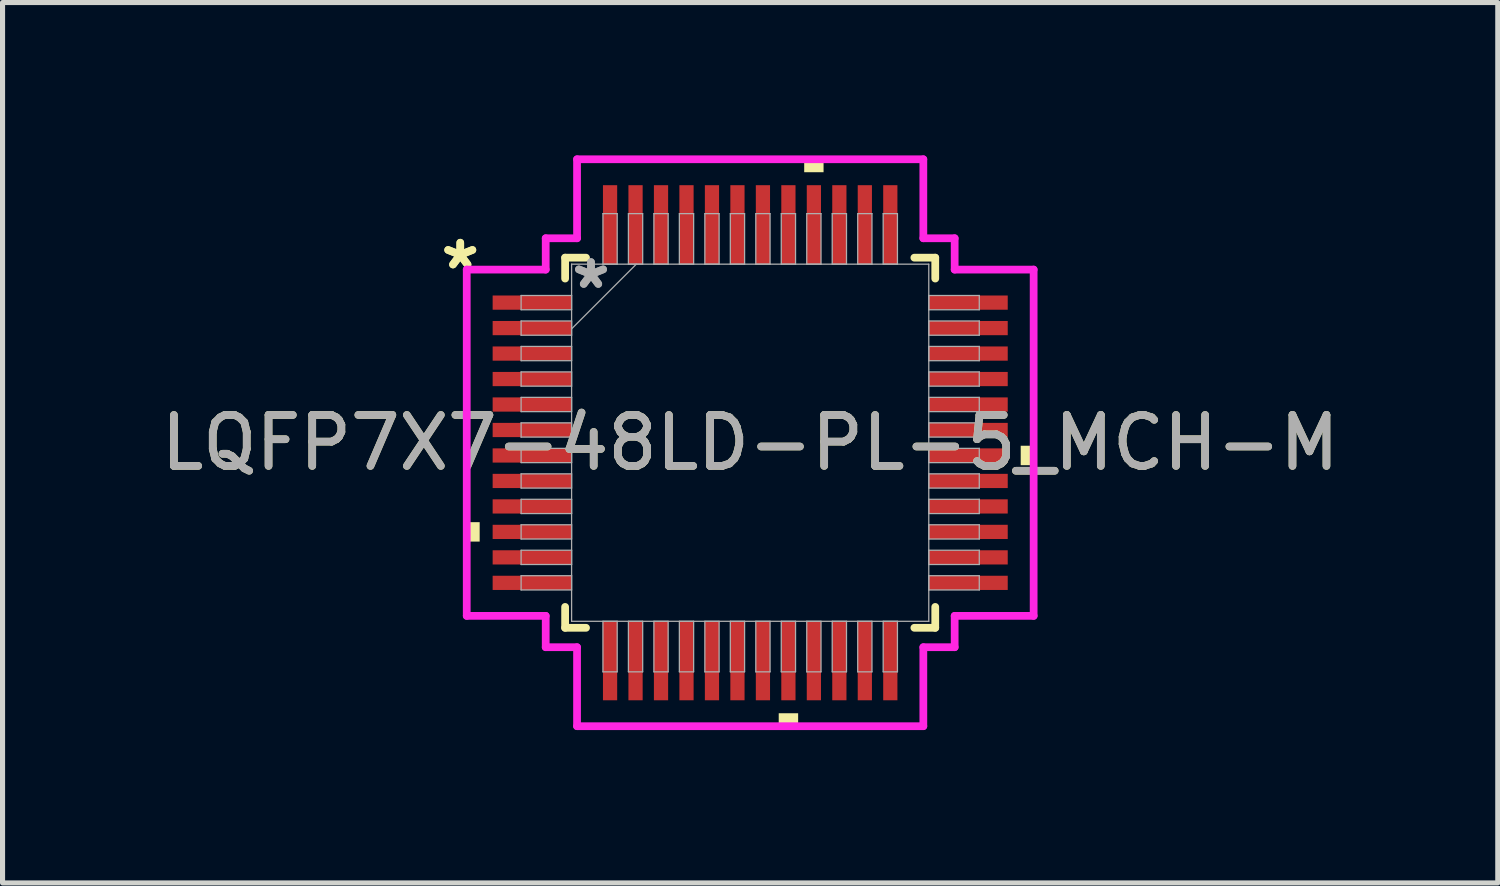
<source format=kicad_pcb>
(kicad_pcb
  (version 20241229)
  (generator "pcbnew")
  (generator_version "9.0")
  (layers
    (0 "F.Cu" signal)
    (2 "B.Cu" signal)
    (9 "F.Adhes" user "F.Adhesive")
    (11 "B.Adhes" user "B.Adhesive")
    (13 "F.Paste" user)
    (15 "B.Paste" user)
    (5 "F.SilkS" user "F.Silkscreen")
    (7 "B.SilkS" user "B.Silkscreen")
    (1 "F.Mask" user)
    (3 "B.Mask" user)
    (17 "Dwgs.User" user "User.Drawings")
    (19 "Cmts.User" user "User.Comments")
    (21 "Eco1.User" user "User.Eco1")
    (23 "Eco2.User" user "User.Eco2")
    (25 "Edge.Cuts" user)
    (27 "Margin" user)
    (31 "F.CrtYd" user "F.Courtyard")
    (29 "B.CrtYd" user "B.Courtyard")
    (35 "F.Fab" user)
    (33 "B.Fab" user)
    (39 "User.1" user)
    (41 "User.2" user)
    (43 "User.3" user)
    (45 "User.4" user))
  (footprint "LQFP7X7-48LD-PL-5_MCH-M"
    (layer "F.Cu")
    (at 11.673 5.639)
    (property "Reference" "LQFP7X7-48LD-PL-5_MCH-M" (at 0 0 0) (unlocked yes) (layer "F.SilkS") (effects (font (size 1 1) (thickness 0.15))))
    (attr smd)
    (fp_line (start -3.632 -3.632) (end -3.632 -3.222) (stroke (width 0.152) (type solid)) (layer "F.SilkS"))
    (fp_line (start -3.632 3.222) (end -3.632 3.632) (stroke (width 0.152) (type solid)) (layer "F.SilkS"))
    (fp_line (start -3.632 3.632) (end -3.222 3.632) (stroke (width 0.152) (type solid)) (layer "F.SilkS"))
    (fp_line (start -3.222 -3.632) (end -3.632 -3.632) (stroke (width 0.152) (type solid)) (layer "F.SilkS"))
    (fp_line (start 3.222 3.632) (end 3.632 3.632) (stroke (width 0.152) (type solid)) (layer "F.SilkS"))
    (fp_line (start 3.632 -3.632) (end 3.222 -3.632) (stroke (width 0.152) (type solid)) (layer "F.SilkS"))
    (fp_line (start 3.632 -3.222) (end 3.632 -3.632) (stroke (width 0.152) (type solid)) (layer "F.SilkS"))
    (fp_line (start 3.632 3.632) (end 3.632 3.222) (stroke (width 0.152) (type solid)) (layer "F.SilkS"))
    (fp_poly (pts (xy -5.563 1.559) (xy -5.563 1.94) (xy -5.309 1.94) (xy -5.309 1.559)) (stroke (width 0) (type solid)) (fill yes) (layer "F.SilkS"))
    (fp_poly (pts (xy 0.56 5.309) (xy 0.56 5.563) (xy 0.941 5.563) (xy 0.941 5.309)) (stroke (width 0) (type solid)) (fill yes) (layer "F.SilkS"))
    (fp_poly (pts (xy 1.06 -5.309) (xy 1.06 -5.563) (xy 1.44 -5.563) (xy 1.44 -5.309)) (stroke (width 0) (type solid)) (fill yes) (layer "F.SilkS"))
    (fp_poly (pts (xy 5.563 0.059) (xy 5.563 0.441) (xy 5.309 0.441) (xy 5.309 0.059)) (stroke (width 0) (type solid)) (fill yes) (layer "F.SilkS"))
    (fp_line (start -5.563 -3.398) (end -4.013 -3.398) (stroke (width 0.152) (type solid)) (layer "F.CrtYd"))
    (fp_line (start -5.563 3.398) (end -5.563 -3.398) (stroke (width 0.152) (type solid)) (layer "F.CrtYd"))
    (fp_line (start -4.013 -4.013) (end -3.398 -4.013) (stroke (width 0.152) (type solid)) (layer "F.CrtYd"))
    (fp_line (start -4.013 -3.398) (end -4.013 -4.013) (stroke (width 0.152) (type solid)) (layer "F.CrtYd"))
    (fp_line (start -4.013 3.398) (end -5.563 3.398) (stroke (width 0.152) (type solid)) (layer "F.CrtYd"))
    (fp_line (start -4.013 4.013) (end -4.013 3.398) (stroke (width 0.152) (type solid)) (layer "F.CrtYd"))
    (fp_line (start -4.013 4.013) (end -3.398 4.013) (stroke (width 0.152) (type solid)) (layer "F.CrtYd"))
    (fp_line (start -3.398 -5.563) (end 3.398 -5.563) (stroke (width 0.152) (type solid)) (layer "F.CrtYd"))
    (fp_line (start -3.398 -4.013) (end -3.398 -5.563) (stroke (width 0.152) (type solid)) (layer "F.CrtYd"))
    (fp_line (start -3.398 4.013) (end -3.398 5.563) (stroke (width 0.152) (type solid)) (layer "F.CrtYd"))
    (fp_line (start -3.398 5.563) (end 3.398 5.563) (stroke (width 0.152) (type solid)) (layer "F.CrtYd"))
    (fp_line (start 3.398 -5.563) (end 3.398 -4.013) (stroke (width 0.152) (type solid)) (layer "F.CrtYd"))
    (fp_line (start 3.398 -4.013) (end 4.013 -4.013) (stroke (width 0.152) (type solid)) (layer "F.CrtYd"))
    (fp_line (start 3.398 4.013) (end 4.013 4.013) (stroke (width 0.152) (type solid)) (layer "F.CrtYd"))
    (fp_line (start 3.398 5.563) (end 3.398 4.013) (stroke (width 0.152) (type solid)) (layer "F.CrtYd"))
    (fp_line (start 4.013 -3.398) (end 4.013 -4.013) (stroke (width 0.152) (type solid)) (layer "F.CrtYd"))
    (fp_line (start 4.013 3.398) (end 5.563 3.398) (stroke (width 0.152) (type solid)) (layer "F.CrtYd"))
    (fp_line (start 4.013 4.013) (end 4.013 3.398) (stroke (width 0.152) (type solid)) (layer "F.CrtYd"))
    (fp_line (start 5.563 -3.398) (end 4.013 -3.398) (stroke (width 0.152) (type solid)) (layer "F.CrtYd"))
    (fp_line (start 5.563 3.398) (end 5.563 -3.398) (stroke (width 0.152) (type solid)) (layer "F.CrtYd"))
    (fp_line (start -4.496 -2.89) (end -4.496 -2.61) (stroke (width 0.025) (type solid)) (layer "F.Fab"))
    (fp_line (start -4.496 -2.61) (end -3.505 -2.61) (stroke (width 0.025) (type solid)) (layer "F.Fab"))
    (fp_line (start -4.496 -2.39) (end -4.496 -2.11) (stroke (width 0.025) (type solid)) (layer "F.Fab"))
    (fp_line (start -4.496 -2.11) (end -3.505 -2.11) (stroke (width 0.025) (type solid)) (layer "F.Fab"))
    (fp_line (start -4.496 -1.89) (end -4.496 -1.61) (stroke (width 0.025) (type solid)) (layer "F.Fab"))
    (fp_line (start -4.496 -1.61) (end -3.505 -1.61) (stroke (width 0.025) (type solid)) (layer "F.Fab"))
    (fp_line (start -4.496 -1.39) (end -4.496 -1.11) (stroke (width 0.025) (type solid)) (layer "F.Fab"))
    (fp_line (start -4.496 -1.11) (end -3.505 -1.11) (stroke (width 0.025) (type solid)) (layer "F.Fab"))
    (fp_line (start -4.496 -0.89) (end -4.496 -0.61) (stroke (width 0.025) (type solid)) (layer "F.Fab"))
    (fp_line (start -4.496 -0.61) (end -3.505 -0.61) (stroke (width 0.025) (type solid)) (layer "F.Fab"))
    (fp_line (start -4.496 -0.39) (end -4.496 -0.11) (stroke (width 0.025) (type solid)) (layer "F.Fab"))
    (fp_line (start -4.496 -0.11) (end -3.505 -0.11) (stroke (width 0.025) (type solid)) (layer "F.Fab"))
    (fp_line (start -4.496 0.11) (end -4.496 0.39) (stroke (width 0.025) (type solid)) (layer "F.Fab"))
    (fp_line (start -4.496 0.39) (end -3.505 0.39) (stroke (width 0.025) (type solid)) (layer "F.Fab"))
    (fp_line (start -4.496 0.61) (end -4.496 0.89) (stroke (width 0.025) (type solid)) (layer "F.Fab"))
    (fp_line (start -4.496 0.89) (end -3.505 0.89) (stroke (width 0.025) (type solid)) (layer "F.Fab"))
    (fp_line (start -4.496 1.11) (end -4.496 1.39) (stroke (width 0.025) (type solid)) (layer "F.Fab"))
    (fp_line (start -4.496 1.39) (end -3.505 1.39) (stroke (width 0.025) (type solid)) (layer "F.Fab"))
    (fp_line (start -4.496 1.61) (end -4.496 1.89) (stroke (width 0.025) (type solid)) (layer "F.Fab"))
    (fp_line (start -4.496 1.89) (end -3.505 1.89) (stroke (width 0.025) (type solid)) (layer "F.Fab"))
    (fp_line (start -4.496 2.11) (end -4.496 2.39) (stroke (width 0.025) (type solid)) (layer "F.Fab"))
    (fp_line (start -4.496 2.39) (end -3.505 2.39) (stroke (width 0.025) (type solid)) (layer "F.Fab"))
    (fp_line (start -4.496 2.61) (end -4.496 2.89) (stroke (width 0.025) (type solid)) (layer "F.Fab"))
    (fp_line (start -4.496 2.89) (end -3.505 2.89) (stroke (width 0.025) (type solid)) (layer "F.Fab"))
    (fp_line (start -3.505 -3.505) (end -3.505 3.505) (stroke (width 0.025) (type solid)) (layer "F.Fab"))
    (fp_line (start -3.505 -2.89) (end -4.496 -2.89) (stroke (width 0.025) (type solid)) (layer "F.Fab"))
    (fp_line (start -3.505 -2.61) (end -3.505 -2.89) (stroke (width 0.025) (type solid)) (layer "F.Fab"))
    (fp_line (start -3.505 -2.39) (end -4.496 -2.39) (stroke (width 0.025) (type solid)) (layer "F.Fab"))
    (fp_line (start -3.505 -2.235) (end -2.235 -3.505) (stroke (width 0.025) (type solid)) (layer "F.Fab"))
    (fp_line (start -3.505 -2.11) (end -3.505 -2.39) (stroke (width 0.025) (type solid)) (layer "F.Fab"))
    (fp_line (start -3.505 -1.89) (end -4.496 -1.89) (stroke (width 0.025) (type solid)) (layer "F.Fab"))
    (fp_line (start -3.505 -1.61) (end -3.505 -1.89) (stroke (width 0.025) (type solid)) (layer "F.Fab"))
    (fp_line (start -3.505 -1.39) (end -4.496 -1.39) (stroke (width 0.025) (type solid)) (layer "F.Fab"))
    (fp_line (start -3.505 -1.11) (end -3.505 -1.39) (stroke (width 0.025) (type solid)) (layer "F.Fab"))
    (fp_line (start -3.505 -0.89) (end -4.496 -0.89) (stroke (width 0.025) (type solid)) (layer "F.Fab"))
    (fp_line (start -3.505 -0.61) (end -3.505 -0.89) (stroke (width 0.025) (type solid)) (layer "F.Fab"))
    (fp_line (start -3.505 -0.39) (end -4.496 -0.39) (stroke (width 0.025) (type solid)) (layer "F.Fab"))
    (fp_line (start -3.505 -0.11) (end -3.505 -0.39) (stroke (width 0.025) (type solid)) (layer "F.Fab"))
    (fp_line (start -3.505 0.11) (end -4.496 0.11) (stroke (width 0.025) (type solid)) (layer "F.Fab"))
    (fp_line (start -3.505 0.39) (end -3.505 0.11) (stroke (width 0.025) (type solid)) (layer "F.Fab"))
    (fp_line (start -3.505 0.61) (end -4.496 0.61) (stroke (width 0.025) (type solid)) (layer "F.Fab"))
    (fp_line (start -3.505 0.89) (end -3.505 0.61) (stroke (width 0.025) (type solid)) (layer "F.Fab"))
    (fp_line (start -3.505 1.11) (end -4.496 1.11) (stroke (width 0.025) (type solid)) (layer "F.Fab"))
    (fp_line (start -3.505 1.39) (end -3.505 1.11) (stroke (width 0.025) (type solid)) (layer "F.Fab"))
    (fp_line (start -3.505 1.61) (end -4.496 1.61) (stroke (width 0.025) (type solid)) (layer "F.Fab"))
    (fp_line (start -3.505 1.89) (end -3.505 1.61) (stroke (width 0.025) (type solid)) (layer "F.Fab"))
    (fp_line (start -3.505 2.11) (end -4.496 2.11) (stroke (width 0.025) (type solid)) (layer "F.Fab"))
    (fp_line (start -3.505 2.39) (end -3.505 2.11) (stroke (width 0.025) (type solid)) (layer "F.Fab"))
    (fp_line (start -3.505 2.61) (end -4.496 2.61) (stroke (width 0.025) (type solid)) (layer "F.Fab"))
    (fp_line (start -3.505 2.89) (end -3.505 2.61) (stroke (width 0.025) (type solid)) (layer "F.Fab"))
    (fp_line (start -3.505 3.505) (end 3.505 3.505) (stroke (width 0.025) (type solid)) (layer "F.Fab"))
    (fp_line (start -2.89 -4.496) (end -2.89 -3.505) (stroke (width 0.025) (type solid)) (layer "F.Fab"))
    (fp_line (start -2.89 -3.505) (end -2.61 -3.505) (stroke (width 0.025) (type solid)) (layer "F.Fab"))
    (fp_line (start -2.89 3.505) (end -2.89 4.496) (stroke (width 0.025) (type solid)) (layer "F.Fab"))
    (fp_line (start -2.89 4.496) (end -2.61 4.496) (stroke (width 0.025) (type solid)) (layer "F.Fab"))
    (fp_line (start -2.61 -4.496) (end -2.89 -4.496) (stroke (width 0.025) (type solid)) (layer "F.Fab"))
    (fp_line (start -2.61 -3.505) (end -2.61 -4.496) (stroke (width 0.025) (type solid)) (layer "F.Fab"))
    (fp_line (start -2.61 3.505) (end -2.89 3.505) (stroke (width 0.025) (type solid)) (layer "F.Fab"))
    (fp_line (start -2.61 4.496) (end -2.61 3.505) (stroke (width 0.025) (type solid)) (layer "F.Fab"))
    (fp_line (start -2.39 -4.496) (end -2.39 -3.505) (stroke (width 0.025) (type solid)) (layer "F.Fab"))
    (fp_line (start -2.39 -3.505) (end -2.11 -3.505) (stroke (width 0.025) (type solid)) (layer "F.Fab"))
    (fp_line (start -2.39 3.505) (end -2.39 4.496) (stroke (width 0.025) (type solid)) (layer "F.Fab"))
    (fp_line (start -2.39 4.496) (end -2.11 4.496) (stroke (width 0.025) (type solid)) (layer "F.Fab"))
    (fp_line (start -2.11 -4.496) (end -2.39 -4.496) (stroke (width 0.025) (type solid)) (layer "F.Fab"))
    (fp_line (start -2.11 -3.505) (end -2.11 -4.496) (stroke (width 0.025) (type solid)) (layer "F.Fab"))
    (fp_line (start -2.11 3.505) (end -2.39 3.505) (stroke (width 0.025) (type solid)) (layer "F.Fab"))
    (fp_line (start -2.11 4.496) (end -2.11 3.505) (stroke (width 0.025) (type solid)) (layer "F.Fab"))
    (fp_line (start -1.89 -4.496) (end -1.89 -3.505) (stroke (width 0.025) (type solid)) (layer "F.Fab"))
    (fp_line (start -1.89 -3.505) (end -1.61 -3.505) (stroke (width 0.025) (type solid)) (layer "F.Fab"))
    (fp_line (start -1.89 3.505) (end -1.89 4.496) (stroke (width 0.025) (type solid)) (layer "F.Fab"))
    (fp_line (start -1.89 4.496) (end -1.61 4.496) (stroke (width 0.025) (type solid)) (layer "F.Fab"))
    (fp_line (start -1.61 -4.496) (end -1.89 -4.496) (stroke (width 0.025) (type solid)) (layer "F.Fab"))
    (fp_line (start -1.61 -3.505) (end -1.61 -4.496) (stroke (width 0.025) (type solid)) (layer "F.Fab"))
    (fp_line (start -1.61 3.505) (end -1.89 3.505) (stroke (width 0.025) (type solid)) (layer "F.Fab"))
    (fp_line (start -1.61 4.496) (end -1.61 3.505) (stroke (width 0.025) (type solid)) (layer "F.Fab"))
    (fp_line (start -1.39 -4.496) (end -1.39 -3.505) (stroke (width 0.025) (type solid)) (layer "F.Fab"))
    (fp_line (start -1.39 -3.505) (end -1.11 -3.505) (stroke (width 0.025) (type solid)) (layer "F.Fab"))
    (fp_line (start -1.39 3.505) (end -1.39 4.496) (stroke (width 0.025) (type solid)) (layer "F.Fab"))
    (fp_line (start -1.39 4.496) (end -1.11 4.496) (stroke (width 0.025) (type solid)) (layer "F.Fab"))
    (fp_line (start -1.11 -4.496) (end -1.39 -4.496) (stroke (width 0.025) (type solid)) (layer "F.Fab"))
    (fp_line (start -1.11 -3.505) (end -1.11 -4.496) (stroke (width 0.025) (type solid)) (layer "F.Fab"))
    (fp_line (start -1.11 3.505) (end -1.39 3.505) (stroke (width 0.025) (type solid)) (layer "F.Fab"))
    (fp_line (start -1.11 4.496) (end -1.11 3.505) (stroke (width 0.025) (type solid)) (layer "F.Fab"))
    (fp_line (start -0.89 -4.496) (end -0.89 -3.505) (stroke (width 0.025) (type solid)) (layer "F.Fab"))
    (fp_line (start -0.89 -3.505) (end -0.61 -3.505) (stroke (width 0.025) (type solid)) (layer "F.Fab"))
    (fp_line (start -0.89 3.505) (end -0.89 4.496) (stroke (width 0.025) (type solid)) (layer "F.Fab"))
    (fp_line (start -0.89 4.496) (end -0.61 4.496) (stroke (width 0.025) (type solid)) (layer "F.Fab"))
    (fp_line (start -0.61 -4.496) (end -0.89 -4.496) (stroke (width 0.025) (type solid)) (layer "F.Fab"))
    (fp_line (start -0.61 -3.505) (end -0.61 -4.496) (stroke (width 0.025) (type solid)) (layer "F.Fab"))
    (fp_line (start -0.61 3.505) (end -0.89 3.505) (stroke (width 0.025) (type solid)) (layer "F.Fab"))
    (fp_line (start -0.61 4.496) (end -0.61 3.505) (stroke (width 0.025) (type solid)) (layer "F.Fab"))
    (fp_line (start -0.39 -4.496) (end -0.39 -3.505) (stroke (width 0.025) (type solid)) (layer "F.Fab"))
    (fp_line (start -0.39 -3.505) (end -0.11 -3.505) (stroke (width 0.025) (type solid)) (layer "F.Fab"))
    (fp_line (start -0.39 3.505) (end -0.39 4.496) (stroke (width 0.025) (type solid)) (layer "F.Fab"))
    (fp_line (start -0.39 4.496) (end -0.11 4.496) (stroke (width 0.025) (type solid)) (layer "F.Fab"))
    (fp_line (start -0.11 -4.496) (end -0.39 -4.496) (stroke (width 0.025) (type solid)) (layer "F.Fab"))
    (fp_line (start -0.11 -3.505) (end -0.11 -4.496) (stroke (width 0.025) (type solid)) (layer "F.Fab"))
    (fp_line (start -0.11 3.505) (end -0.39 3.505) (stroke (width 0.025) (type solid)) (layer "F.Fab"))
    (fp_line (start -0.11 4.496) (end -0.11 3.505) (stroke (width 0.025) (type solid)) (layer "F.Fab"))
    (fp_line (start 0.11 -4.496) (end 0.11 -3.505) (stroke (width 0.025) (type solid)) (layer "F.Fab"))
    (fp_line (start 0.11 -3.505) (end 0.39 -3.505) (stroke (width 0.025) (type solid)) (layer "F.Fab"))
    (fp_line (start 0.11 3.505) (end 0.11 4.496) (stroke (width 0.025) (type solid)) (layer "F.Fab"))
    (fp_line (start 0.11 4.496) (end 0.39 4.496) (stroke (width 0.025) (type solid)) (layer "F.Fab"))
    (fp_line (start 0.39 -4.496) (end 0.11 -4.496) (stroke (width 0.025) (type solid)) (layer "F.Fab"))
    (fp_line (start 0.39 -3.505) (end 0.39 -4.496) (stroke (width 0.025) (type solid)) (layer "F.Fab"))
    (fp_line (start 0.39 3.505) (end 0.11 3.505) (stroke (width 0.025) (type solid)) (layer "F.Fab"))
    (fp_line (start 0.39 4.496) (end 0.39 3.505) (stroke (width 0.025) (type solid)) (layer "F.Fab"))
    (fp_line (start 0.61 -4.496) (end 0.61 -3.505) (stroke (width 0.025) (type solid)) (layer "F.Fab"))
    (fp_line (start 0.61 -3.505) (end 0.89 -3.505) (stroke (width 0.025) (type solid)) (layer "F.Fab"))
    (fp_line (start 0.61 3.505) (end 0.61 4.496) (stroke (width 0.025) (type solid)) (layer "F.Fab"))
    (fp_line (start 0.61 4.496) (end 0.89 4.496) (stroke (width 0.025) (type solid)) (layer "F.Fab"))
    (fp_line (start 0.89 -4.496) (end 0.61 -4.496) (stroke (width 0.025) (type solid)) (layer "F.Fab"))
    (fp_line (start 0.89 -3.505) (end 0.89 -4.496) (stroke (width 0.025) (type solid)) (layer "F.Fab"))
    (fp_line (start 0.89 3.505) (end 0.61 3.505) (stroke (width 0.025) (type solid)) (layer "F.Fab"))
    (fp_line (start 0.89 4.496) (end 0.89 3.505) (stroke (width 0.025) (type solid)) (layer "F.Fab"))
    (fp_line (start 1.11 -4.496) (end 1.11 -3.505) (stroke (width 0.025) (type solid)) (layer "F.Fab"))
    (fp_line (start 1.11 -3.505) (end 1.39 -3.505) (stroke (width 0.025) (type solid)) (layer "F.Fab"))
    (fp_line (start 1.11 3.505) (end 1.11 4.496) (stroke (width 0.025) (type solid)) (layer "F.Fab"))
    (fp_line (start 1.11 4.496) (end 1.39 4.496) (stroke (width 0.025) (type solid)) (layer "F.Fab"))
    (fp_line (start 1.39 -4.496) (end 1.11 -4.496) (stroke (width 0.025) (type solid)) (layer "F.Fab"))
    (fp_line (start 1.39 -3.505) (end 1.39 -4.496) (stroke (width 0.025) (type solid)) (layer "F.Fab"))
    (fp_line (start 1.39 3.505) (end 1.11 3.505) (stroke (width 0.025) (type solid)) (layer "F.Fab"))
    (fp_line (start 1.39 4.496) (end 1.39 3.505) (stroke (width 0.025) (type solid)) (layer "F.Fab"))
    (fp_line (start 1.61 -4.496) (end 1.61 -3.505) (stroke (width 0.025) (type solid)) (layer "F.Fab"))
    (fp_line (start 1.61 -3.505) (end 1.89 -3.505) (stroke (width 0.025) (type solid)) (layer "F.Fab"))
    (fp_line (start 1.61 3.505) (end 1.61 4.496) (stroke (width 0.025) (type solid)) (layer "F.Fab"))
    (fp_line (start 1.61 4.496) (end 1.89 4.496) (stroke (width 0.025) (type solid)) (layer "F.Fab"))
    (fp_line (start 1.89 -4.496) (end 1.61 -4.496) (stroke (width 0.025) (type solid)) (layer "F.Fab"))
    (fp_line (start 1.89 -3.505) (end 1.89 -4.496) (stroke (width 0.025) (type solid)) (layer "F.Fab"))
    (fp_line (start 1.89 3.505) (end 1.61 3.505) (stroke (width 0.025) (type solid)) (layer "F.Fab"))
    (fp_line (start 1.89 4.496) (end 1.89 3.505) (stroke (width 0.025) (type solid)) (layer "F.Fab"))
    (fp_line (start 2.11 -4.496) (end 2.11 -3.505) (stroke (width 0.025) (type solid)) (layer "F.Fab"))
    (fp_line (start 2.11 -3.505) (end 2.39 -3.505) (stroke (width 0.025) (type solid)) (layer "F.Fab"))
    (fp_line (start 2.11 3.505) (end 2.11 4.496) (stroke (width 0.025) (type solid)) (layer "F.Fab"))
    (fp_line (start 2.11 4.496) (end 2.39 4.496) (stroke (width 0.025) (type solid)) (layer "F.Fab"))
    (fp_line (start 2.39 -4.496) (end 2.11 -4.496) (stroke (width 0.025) (type solid)) (layer "F.Fab"))
    (fp_line (start 2.39 -3.505) (end 2.39 -4.496) (stroke (width 0.025) (type solid)) (layer "F.Fab"))
    (fp_line (start 2.39 3.505) (end 2.11 3.505) (stroke (width 0.025) (type solid)) (layer "F.Fab"))
    (fp_line (start 2.39 4.496) (end 2.39 3.505) (stroke (width 0.025) (type solid)) (layer "F.Fab"))
    (fp_line (start 2.61 -4.496) (end 2.61 -3.505) (stroke (width 0.025) (type solid)) (layer "F.Fab"))
    (fp_line (start 2.61 -3.505) (end 2.89 -3.505) (stroke (width 0.025) (type solid)) (layer "F.Fab"))
    (fp_line (start 2.61 3.505) (end 2.61 4.496) (stroke (width 0.025) (type solid)) (layer "F.Fab"))
    (fp_line (start 2.61 4.496) (end 2.89 4.496) (stroke (width 0.025) (type solid)) (layer "F.Fab"))
    (fp_line (start 2.89 -4.496) (end 2.61 -4.496) (stroke (width 0.025) (type solid)) (layer "F.Fab"))
    (fp_line (start 2.89 -3.505) (end 2.89 -4.496) (stroke (width 0.025) (type solid)) (layer "F.Fab"))
    (fp_line (start 2.89 3.505) (end 2.61 3.505) (stroke (width 0.025) (type solid)) (layer "F.Fab"))
    (fp_line (start 2.89 4.496) (end 2.89 3.505) (stroke (width 0.025) (type solid)) (layer "F.Fab"))
    (fp_line (start 3.505 -3.505) (end -3.505 -3.505) (stroke (width 0.025) (type solid)) (layer "F.Fab"))
    (fp_line (start 3.505 -2.89) (end 3.505 -2.61) (stroke (width 0.025) (type solid)) (layer "F.Fab"))
    (fp_line (start 3.505 -2.61) (end 4.496 -2.61) (stroke (width 0.025) (type solid)) (layer "F.Fab"))
    (fp_line (start 3.505 -2.39) (end 3.505 -2.11) (stroke (width 0.025) (type solid)) (layer "F.Fab"))
    (fp_line (start 3.505 -2.11) (end 4.496 -2.11) (stroke (width 0.025) (type solid)) (layer "F.Fab"))
    (fp_line (start 3.505 -1.89) (end 3.505 -1.61) (stroke (width 0.025) (type solid)) (layer "F.Fab"))
    (fp_line (start 3.505 -1.61) (end 4.496 -1.61) (stroke (width 0.025) (type solid)) (layer "F.Fab"))
    (fp_line (start 3.505 -1.39) (end 3.505 -1.11) (stroke (width 0.025) (type solid)) (layer "F.Fab"))
    (fp_line (start 3.505 -1.11) (end 4.496 -1.11) (stroke (width 0.025) (type solid)) (layer "F.Fab"))
    (fp_line (start 3.505 -0.89) (end 3.505 -0.61) (stroke (width 0.025) (type solid)) (layer "F.Fab"))
    (fp_line (start 3.505 -0.61) (end 4.496 -0.61) (stroke (width 0.025) (type solid)) (layer "F.Fab"))
    (fp_line (start 3.505 -0.39) (end 3.505 -0.11) (stroke (width 0.025) (type solid)) (layer "F.Fab"))
    (fp_line (start 3.505 -0.11) (end 4.496 -0.11) (stroke (width 0.025) (type solid)) (layer "F.Fab"))
    (fp_line (start 3.505 0.11) (end 3.505 0.39) (stroke (width 0.025) (type solid)) (layer "F.Fab"))
    (fp_line (start 3.505 0.39) (end 4.496 0.39) (stroke (width 0.025) (type solid)) (layer "F.Fab"))
    (fp_line (start 3.505 0.61) (end 3.505 0.89) (stroke (width 0.025) (type solid)) (layer "F.Fab"))
    (fp_line (start 3.505 0.89) (end 4.496 0.89) (stroke (width 0.025) (type solid)) (layer "F.Fab"))
    (fp_line (start 3.505 1.11) (end 3.505 1.39) (stroke (width 0.025) (type solid)) (layer "F.Fab"))
    (fp_line (start 3.505 1.39) (end 4.496 1.39) (stroke (width 0.025) (type solid)) (layer "F.Fab"))
    (fp_line (start 3.505 1.61) (end 3.505 1.89) (stroke (width 0.025) (type solid)) (layer "F.Fab"))
    (fp_line (start 3.505 1.89) (end 4.496 1.89) (stroke (width 0.025) (type solid)) (layer "F.Fab"))
    (fp_line (start 3.505 2.11) (end 3.505 2.39) (stroke (width 0.025) (type solid)) (layer "F.Fab"))
    (fp_line (start 3.505 2.39) (end 4.496 2.39) (stroke (width 0.025) (type solid)) (layer "F.Fab"))
    (fp_line (start 3.505 2.61) (end 3.505 2.89) (stroke (width 0.025) (type solid)) (layer "F.Fab"))
    (fp_line (start 3.505 2.89) (end 4.496 2.89) (stroke (width 0.025) (type solid)) (layer "F.Fab"))
    (fp_line (start 3.505 3.505) (end 3.505 -3.505) (stroke (width 0.025) (type solid)) (layer "F.Fab"))
    (fp_line (start 4.496 -2.89) (end 3.505 -2.89) (stroke (width 0.025) (type solid)) (layer "F.Fab"))
    (fp_line (start 4.496 -2.61) (end 4.496 -2.89) (stroke (width 0.025) (type solid)) (layer "F.Fab"))
    (fp_line (start 4.496 -2.39) (end 3.505 -2.39) (stroke (width 0.025) (type solid)) (layer "F.Fab"))
    (fp_line (start 4.496 -2.11) (end 4.496 -2.39) (stroke (width 0.025) (type solid)) (layer "F.Fab"))
    (fp_line (start 4.496 -1.89) (end 3.505 -1.89) (stroke (width 0.025) (type solid)) (layer "F.Fab"))
    (fp_line (start 4.496 -1.61) (end 4.496 -1.89) (stroke (width 0.025) (type solid)) (layer "F.Fab"))
    (fp_line (start 4.496 -1.39) (end 3.505 -1.39) (stroke (width 0.025) (type solid)) (layer "F.Fab"))
    (fp_line (start 4.496 -1.11) (end 4.496 -1.39) (stroke (width 0.025) (type solid)) (layer "F.Fab"))
    (fp_line (start 4.496 -0.89) (end 3.505 -0.89) (stroke (width 0.025) (type solid)) (layer "F.Fab"))
    (fp_line (start 4.496 -0.61) (end 4.496 -0.89) (stroke (width 0.025) (type solid)) (layer "F.Fab"))
    (fp_line (start 4.496 -0.39) (end 3.505 -0.39) (stroke (width 0.025) (type solid)) (layer "F.Fab"))
    (fp_line (start 4.496 -0.11) (end 4.496 -0.39) (stroke (width 0.025) (type solid)) (layer "F.Fab"))
    (fp_line (start 4.496 0.11) (end 3.505 0.11) (stroke (width 0.025) (type solid)) (layer "F.Fab"))
    (fp_line (start 4.496 0.39) (end 4.496 0.11) (stroke (width 0.025) (type solid)) (layer "F.Fab"))
    (fp_line (start 4.496 0.61) (end 3.505 0.61) (stroke (width 0.025) (type solid)) (layer "F.Fab"))
    (fp_line (start 4.496 0.89) (end 4.496 0.61) (stroke (width 0.025) (type solid)) (layer "F.Fab"))
    (fp_line (start 4.496 1.11) (end 3.505 1.11) (stroke (width 0.025) (type solid)) (layer "F.Fab"))
    (fp_line (start 4.496 1.39) (end 4.496 1.11) (stroke (width 0.025) (type solid)) (layer "F.Fab"))
    (fp_line (start 4.496 1.61) (end 3.505 1.61) (stroke (width 0.025) (type solid)) (layer "F.Fab"))
    (fp_line (start 4.496 1.89) (end 4.496 1.61) (stroke (width 0.025) (type solid)) (layer "F.Fab"))
    (fp_line (start 4.496 2.11) (end 3.505 2.11) (stroke (width 0.025) (type solid)) (layer "F.Fab"))
    (fp_line (start 4.496 2.39) (end 4.496 2.11) (stroke (width 0.025) (type solid)) (layer "F.Fab"))
    (fp_line (start 4.496 2.61) (end 3.505 2.61) (stroke (width 0.025) (type solid)) (layer "F.Fab"))
    (fp_line (start 4.496 2.89) (end 4.496 2.61) (stroke (width 0.025) (type solid)) (layer "F.Fab"))
    (fp_text user "*" (at -5.69 -3.381 0) (layer "F.SilkS") (effects (font (size 1 1) (thickness 0.15))))
    (fp_text user "*" (at -5.69 -3.381 0) (unlocked yes) (layer "F.SilkS") (effects (font (size 1 1) (thickness 0.15))))
    (fp_text user "*" (at -3.124 -3 0) (layer "F.Fab") (effects (font (size 1 1) (thickness 0.15))))
    (fp_text user "*" (at -3.124 -3 0) (unlocked yes) (layer "F.Fab") (effects (font (size 1 1) (thickness 0.15))))
    (fp_text user "${REFERENCE}" (at 0 0 0) (unlocked yes) (layer "F.Fab") (effects (font (size 1 1) (thickness 0.15))))
    (pad "1" smd rect (at -4.28 -2.75 90) (size 0.279 1.549) (layers "F.Cu" "F.Mask" "F.Paste"))
    (pad "2" smd rect (at -4.28 -2.25 90) (size 0.279 1.549) (layers "F.Cu" "F.Mask" "F.Paste"))
    (pad "3" smd rect (at -4.28 -1.75 90) (size 0.279 1.549) (layers "F.Cu" "F.Mask" "F.Paste"))
    (pad "4" smd rect (at -4.28 -1.25 90) (size 0.279 1.549) (layers "F.Cu" "F.Mask" "F.Paste"))
    (pad "5" smd rect (at -4.28 -0.75 90) (size 0.279 1.549) (layers "F.Cu" "F.Mask" "F.Paste"))
    (pad "6" smd rect (at -4.28 -0.25 90) (size 0.279 1.549) (layers "F.Cu" "F.Mask" "F.Paste"))
    (pad "7" smd rect (at -4.28 0.25 90) (size 0.279 1.549) (layers "F.Cu" "F.Mask" "F.Paste"))
    (pad "8" smd rect (at -4.28 0.75 90) (size 0.279 1.549) (layers "F.Cu" "F.Mask" "F.Paste"))
    (pad "9" smd rect (at -4.28 1.25 90) (size 0.279 1.549) (layers "F.Cu" "F.Mask" "F.Paste"))
    (pad "10" smd rect (at -4.28 1.75 90) (size 0.279 1.549) (layers "F.Cu" "F.Mask" "F.Paste"))
    (pad "11" smd rect (at -4.28 2.25 90) (size 0.279 1.549) (layers "F.Cu" "F.Mask" "F.Paste"))
    (pad "12" smd rect (at -4.28 2.75 90) (size 0.279 1.549) (layers "F.Cu" "F.Mask" "F.Paste"))
    (pad "13" smd rect (at -2.75 4.28) (size 0.279 1.549) (layers "F.Cu" "F.Mask" "F.Paste"))
    (pad "14" smd rect (at -2.25 4.28) (size 0.279 1.549) (layers "F.Cu" "F.Mask" "F.Paste"))
    (pad "15" smd rect (at -1.75 4.28) (size 0.279 1.549) (layers "F.Cu" "F.Mask" "F.Paste"))
    (pad "16" smd rect (at -1.25 4.28) (size 0.279 1.549) (layers "F.Cu" "F.Mask" "F.Paste"))
    (pad "17" smd rect (at -0.75 4.28) (size 0.279 1.549) (layers "F.Cu" "F.Mask" "F.Paste"))
    (pad "18" smd rect (at -0.25 4.28) (size 0.279 1.549) (layers "F.Cu" "F.Mask" "F.Paste"))
    (pad "19" smd rect (at 0.25 4.28) (size 0.279 1.549) (layers "F.Cu" "F.Mask" "F.Paste"))
    (pad "20" smd rect (at 0.75 4.28) (size 0.279 1.549) (layers "F.Cu" "F.Mask" "F.Paste"))
    (pad "21" smd rect (at 1.25 4.28) (size 0.279 1.549) (layers "F.Cu" "F.Mask" "F.Paste"))
    (pad "22" smd rect (at 1.75 4.28) (size 0.279 1.549) (layers "F.Cu" "F.Mask" "F.Paste"))
    (pad "23" smd rect (at 2.25 4.28) (size 0.279 1.549) (layers "F.Cu" "F.Mask" "F.Paste"))
    (pad "24" smd rect (at 2.75 4.28) (size 0.279 1.549) (layers "F.Cu" "F.Mask" "F.Paste"))
    (pad "25" smd rect (at 4.28 2.75 90) (size 0.279 1.549) (layers "F.Cu" "F.Mask" "F.Paste"))
    (pad "26" smd rect (at 4.28 2.25 90) (size 0.279 1.549) (layers "F.Cu" "F.Mask" "F.Paste"))
    (pad "27" smd rect (at 4.28 1.75 90) (size 0.279 1.549) (layers "F.Cu" "F.Mask" "F.Paste"))
    (pad "28" smd rect (at 4.28 1.25 90) (size 0.279 1.549) (layers "F.Cu" "F.Mask" "F.Paste"))
    (pad "29" smd rect (at 4.28 0.75 90) (size 0.279 1.549) (layers "F.Cu" "F.Mask" "F.Paste"))
    (pad "30" smd rect (at 4.28 0.25 90) (size 0.279 1.549) (layers "F.Cu" "F.Mask" "F.Paste"))
    (pad "31" smd rect (at 4.28 -0.25 90) (size 0.279 1.549) (layers "F.Cu" "F.Mask" "F.Paste"))
    (pad "32" smd rect (at 4.28 -0.75 90) (size 0.279 1.549) (layers "F.Cu" "F.Mask" "F.Paste"))
    (pad "33" smd rect (at 4.28 -1.25 90) (size 0.279 1.549) (layers "F.Cu" "F.Mask" "F.Paste"))
    (pad "34" smd rect (at 4.28 -1.75 90) (size 0.279 1.549) (layers "F.Cu" "F.Mask" "F.Paste"))
    (pad "35" smd rect (at 4.28 -2.25 90) (size 0.279 1.549) (layers "F.Cu" "F.Mask" "F.Paste"))
    (pad "36" smd rect (at 4.28 -2.75 90) (size 0.279 1.549) (layers "F.Cu" "F.Mask" "F.Paste"))
    (pad "37" smd rect (at 2.75 -4.28) (size 0.279 1.549) (layers "F.Cu" "F.Mask" "F.Paste"))
    (pad "38" smd rect (at 2.25 -4.28) (size 0.279 1.549) (layers "F.Cu" "F.Mask" "F.Paste"))
    (pad "39" smd rect (at 1.75 -4.28) (size 0.279 1.549) (layers "F.Cu" "F.Mask" "F.Paste"))
    (pad "40" smd rect (at 1.25 -4.28) (size 0.279 1.549) (layers "F.Cu" "F.Mask" "F.Paste"))
    (pad "41" smd rect (at 0.75 -4.28) (size 0.279 1.549) (layers "F.Cu" "F.Mask" "F.Paste"))
    (pad "42" smd rect (at 0.25 -4.28) (size 0.279 1.549) (layers "F.Cu" "F.Mask" "F.Paste"))
    (pad "43" smd rect (at -0.25 -4.28) (size 0.279 1.549) (layers "F.Cu" "F.Mask" "F.Paste"))
    (pad "44" smd rect (at -0.75 -4.28) (size 0.279 1.549) (layers "F.Cu" "F.Mask" "F.Paste"))
    (pad "45" smd rect (at -1.25 -4.28) (size 0.279 1.549) (layers "F.Cu" "F.Mask" "F.Paste"))
    (pad "46" smd rect (at -1.75 -4.28) (size 0.279 1.549) (layers "F.Cu" "F.Mask" "F.Paste"))
    (pad "47" smd rect (at -2.25 -4.28) (size 0.279 1.549) (layers "F.Cu" "F.Mask" "F.Paste"))
    (pad "48" smd rect (at -2.75 -4.28) (size 0.279 1.549) (layers "F.Cu" "F.Mask" "F.Paste")))
  (gr_rect
    (start -3 -3)
    (end 26.345 14.278)
    (stroke (width 0.1) (type default))
    (fill no)
    (layer "Edge.Cuts")))
</source>
